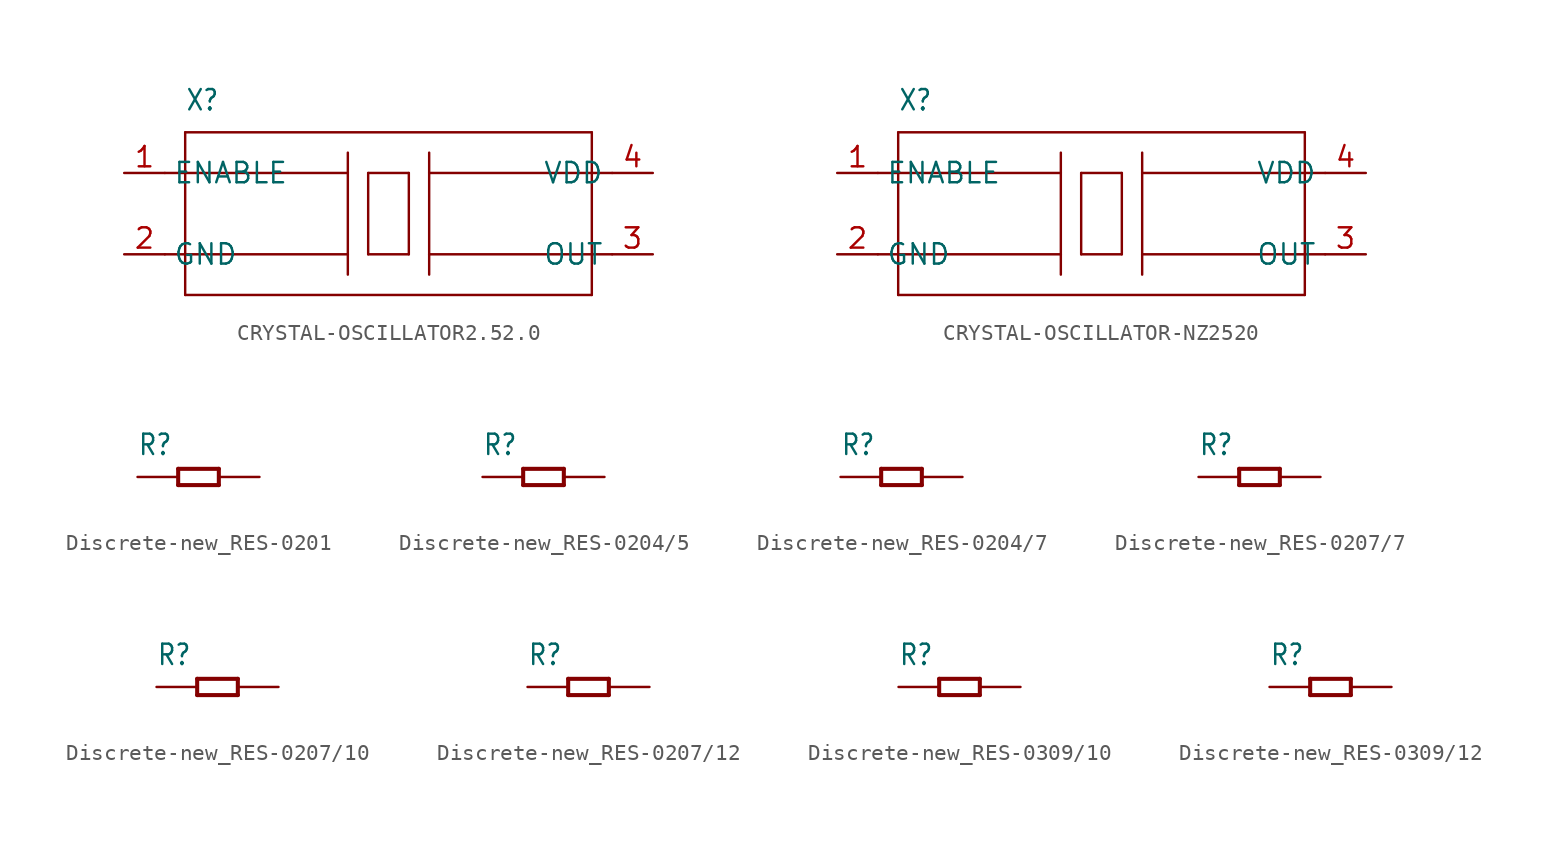
<source format=kicad_sym>
(kicad_symbol_lib
  (version 20231120)
  (generator "kicad_symbol_editor")
  (generator_version "8.0")
  (symbol "CRYSTAL-OSCILLATOR2.52.0"
    (property "Reference" "X"
      (at -12.7 6.35 0)
      (effects (font (size 1.27 1.079)) (justify left bottom)))
    (property "Value" ""
      (at -3.81 6.35 0)
      (effects (font (size 1.27 1.079)) (justify left bottom)))
    (property "ki_locked" ""
      (at 0 0 0)
      (effects (font (size 1.27 1.27))))
    (symbol "CRYSTAL-OSCILLATOR2.52.0_1_0"
      (polyline (pts (xy -13.97 -2.54) (xy -2.54 -2.54)) (stroke (width 0.152) (type solid)) (fill (type none)))
      (polyline (pts (xy -13.97 2.54) (xy -2.54 2.54)) (stroke (width 0.152) (type solid)) (fill (type none)))
      (polyline (pts (xy -12.7 -5.08) (xy 12.7 -5.08)) (stroke (width 0.152) (type solid)) (fill (type none)))
      (polyline (pts (xy -12.7 5.08) (xy -12.7 -5.08)) (stroke (width 0.152) (type solid)) (fill (type none)))
      (polyline (pts (xy -2.54 -3.81) (xy -2.54 -2.54)) (stroke (width 0.152) (type solid)) (fill (type none)))
      (polyline (pts (xy -2.54 -2.54) (xy -2.54 2.54)) (stroke (width 0.152) (type solid)) (fill (type none)))
      (polyline (pts (xy -2.54 2.54) (xy -2.54 3.81)) (stroke (width 0.152) (type solid)) (fill (type none)))
      (polyline (pts (xy -1.27 -2.54) (xy -1.27 2.54)) (stroke (width 0.152) (type solid)) (fill (type none)))
      (polyline (pts (xy -1.27 2.54) (xy 1.27 2.54)) (stroke (width 0.152) (type solid)) (fill (type none)))
      (polyline (pts (xy 1.27 -2.54) (xy -1.27 -2.54)) (stroke (width 0.152) (type solid)) (fill (type none)))
      (polyline (pts (xy 1.27 2.54) (xy 1.27 -2.54)) (stroke (width 0.152) (type solid)) (fill (type none)))
      (polyline (pts (xy 2.54 -2.54) (xy 2.54 -3.81)) (stroke (width 0.152) (type solid)) (fill (type none)))
      (polyline (pts (xy 2.54 2.54) (xy 2.54 -2.54)) (stroke (width 0.152) (type solid)) (fill (type none)))
      (polyline (pts (xy 2.54 3.81) (xy 2.54 2.54)) (stroke (width 0.152) (type solid)) (fill (type none)))
      (polyline (pts (xy 12.7 -5.08) (xy 12.7 5.08)) (stroke (width 0.152) (type solid)) (fill (type none)))
      (polyline (pts (xy 12.7 5.08) (xy -12.7 5.08)) (stroke (width 0.152) (type solid)) (fill (type none)))
      (polyline (pts (xy 13.97 -2.54) (xy 2.54 -2.54)) (stroke (width 0.152) (type solid)) (fill (type none)))
      (polyline (pts (xy 13.97 2.54) (xy 2.54 2.54)) (stroke (width 0.152) (type solid)) (fill (type none)))
      (pin bidirectional line (at -16.51 2.54 0) (length 2.54) (name "ENABLE" (effects (font (size 1.27 1.27)))) (number "1" (effects (font (size 1.27 1.27)))))
      (pin bidirectional line (at -16.51 -2.54 0) (length 2.54) (name "GND" (effects (font (size 1.27 1.27)))) (number "2" (effects (font (size 1.27 1.27)))))
      (pin bidirectional line (at 16.51 -2.54 180) (length 2.54) (name "OUT" (effects (font (size 1.27 1.27)))) (number "3" (effects (font (size 1.27 1.27)))))
      (pin bidirectional line (at 16.51 2.54 180) (length 2.54) (name "VDD" (effects (font (size 1.27 1.27)))) (number "4" (effects (font (size 1.27 1.27)))))))
  (symbol "CRYSTAL-OSCILLATOR-NZ2520"
    (property "Reference" "X"
      (at -12.7 6.35 0)
      (effects (font (size 1.27 1.079)) (justify left bottom)))
    (property "Value" ""
      (at -3.81 6.35 0)
      (effects (font (size 1.27 1.079)) (justify left bottom)))
    (property "ki_locked" ""
      (at 0 0 0)
      (effects (font (size 1.27 1.27))))
    (symbol "CRYSTAL-OSCILLATOR-NZ2520_1_0"
      (polyline (pts (xy -13.97 -2.54) (xy -2.54 -2.54)) (stroke (width 0.152) (type solid)) (fill (type none)))
      (polyline (pts (xy -13.97 2.54) (xy -2.54 2.54)) (stroke (width 0.152) (type solid)) (fill (type none)))
      (polyline (pts (xy -12.7 -5.08) (xy 12.7 -5.08)) (stroke (width 0.152) (type solid)) (fill (type none)))
      (polyline (pts (xy -12.7 5.08) (xy -12.7 -5.08)) (stroke (width 0.152) (type solid)) (fill (type none)))
      (polyline (pts (xy -2.54 -3.81) (xy -2.54 -2.54)) (stroke (width 0.152) (type solid)) (fill (type none)))
      (polyline (pts (xy -2.54 -2.54) (xy -2.54 2.54)) (stroke (width 0.152) (type solid)) (fill (type none)))
      (polyline (pts (xy -2.54 2.54) (xy -2.54 3.81)) (stroke (width 0.152) (type solid)) (fill (type none)))
      (polyline (pts (xy -1.27 -2.54) (xy -1.27 2.54)) (stroke (width 0.152) (type solid)) (fill (type none)))
      (polyline (pts (xy -1.27 2.54) (xy 1.27 2.54)) (stroke (width 0.152) (type solid)) (fill (type none)))
      (polyline (pts (xy 1.27 -2.54) (xy -1.27 -2.54)) (stroke (width 0.152) (type solid)) (fill (type none)))
      (polyline (pts (xy 1.27 2.54) (xy 1.27 -2.54)) (stroke (width 0.152) (type solid)) (fill (type none)))
      (polyline (pts (xy 2.54 -2.54) (xy 2.54 -3.81)) (stroke (width 0.152) (type solid)) (fill (type none)))
      (polyline (pts (xy 2.54 2.54) (xy 2.54 -2.54)) (stroke (width 0.152) (type solid)) (fill (type none)))
      (polyline (pts (xy 2.54 3.81) (xy 2.54 2.54)) (stroke (width 0.152) (type solid)) (fill (type none)))
      (polyline (pts (xy 12.7 -5.08) (xy 12.7 5.08)) (stroke (width 0.152) (type solid)) (fill (type none)))
      (polyline (pts (xy 12.7 5.08) (xy -12.7 5.08)) (stroke (width 0.152) (type solid)) (fill (type none)))
      (polyline (pts (xy 13.97 -2.54) (xy 2.54 -2.54)) (stroke (width 0.152) (type solid)) (fill (type none)))
      (polyline (pts (xy 13.97 2.54) (xy 2.54 2.54)) (stroke (width 0.152) (type solid)) (fill (type none)))
      (pin bidirectional line (at -16.51 2.54 0) (length 2.54) (name "ENABLE" (effects (font (size 1.27 1.27)))) (number "1" (effects (font (size 1.27 1.27)))))
      (pin bidirectional line (at -16.51 -2.54 0) (length 2.54) (name "GND" (effects (font (size 1.27 1.27)))) (number "2" (effects (font (size 1.27 1.27)))))
      (pin bidirectional line (at 16.51 -2.54 180) (length 2.54) (name "OUT" (effects (font (size 1.27 1.27)))) (number "3" (effects (font (size 1.27 1.27)))))
      (pin bidirectional line (at 16.51 2.54 180) (length 2.54) (name "VDD" (effects (font (size 1.27 1.27)))) (number "4" (effects (font (size 1.27 1.27)))))))
  (symbol "Discrete-new_RES-0201"
    (property "Reference" "R"
      (at -3.81 1.27 0)
      (effects (font (size 1.27 1.079)) (justify left bottom)))
    (property "Value" ""
      (at -3.81 -2.54 0)
      (effects (font (size 1.27 1.079)) (justify left bottom)))
    (property "ki_locked" ""
      (at 0 0 0)
      (effects (font (size 1.27 1.27))))
    (symbol "Discrete-new_RES-0201_1_0"
      (polyline (pts (xy -1.27 -0.508) (xy -1.27 0.508)) (stroke (width 0.254) (type solid)) (fill (type none)))
      (polyline (pts (xy -1.27 0.508) (xy 1.27 0.508)) (stroke (width 0.254) (type solid)) (fill (type none)))
      (polyline (pts (xy 1.27 -0.508) (xy -1.27 -0.508)) (stroke (width 0.254) (type solid)) (fill (type none)))
      (polyline (pts (xy 1.27 0.508) (xy 1.27 -0.508)) (stroke (width 0.254) (type solid)) (fill (type none)))
      (pin passive line (at -3.81 0 0) (length 2.54) (name "1" (effects (font (size 0 0)))) (number "1" (effects (font (size 0 0)))))
      (pin passive line (at 3.81 0 180) (length 2.54) (name "2" (effects (font (size 0 0)))) (number "2" (effects (font (size 0 0)))))))
  (symbol "Discrete-new_RES-0204/5"
    (property "Reference" "R"
      (at -3.81 1.27 0)
      (effects (font (size 1.27 1.079)) (justify left bottom)))
    (property "Value" ""
      (at -3.81 -2.54 0)
      (effects (font (size 1.27 1.079)) (justify left bottom)))
    (property "ki_locked" ""
      (at 0 0 0)
      (effects (font (size 1.27 1.27))))
    (symbol "Discrete-new_RES-0204/5_1_0"
      (polyline (pts (xy -1.27 -0.508) (xy -1.27 0.508)) (stroke (width 0.254) (type solid)) (fill (type none)))
      (polyline (pts (xy -1.27 0.508) (xy 1.27 0.508)) (stroke (width 0.254) (type solid)) (fill (type none)))
      (polyline (pts (xy 1.27 -0.508) (xy -1.27 -0.508)) (stroke (width 0.254) (type solid)) (fill (type none)))
      (polyline (pts (xy 1.27 0.508) (xy 1.27 -0.508)) (stroke (width 0.254) (type solid)) (fill (type none)))
      (pin passive line (at -3.81 0 0) (length 2.54) (name "1" (effects (font (size 0 0)))) (number "1" (effects (font (size 0 0)))))
      (pin passive line (at 3.81 0 180) (length 2.54) (name "2" (effects (font (size 0 0)))) (number "2" (effects (font (size 0 0)))))))
  (symbol "Discrete-new_RES-0204/7"
    (property "Reference" "R"
      (at -3.81 1.27 0)
      (effects (font (size 1.27 1.079)) (justify left bottom)))
    (property "Value" ""
      (at -3.81 -2.54 0)
      (effects (font (size 1.27 1.079)) (justify left bottom)))
    (property "ki_locked" ""
      (at 0 0 0)
      (effects (font (size 1.27 1.27))))
    (symbol "Discrete-new_RES-0204/7_1_0"
      (polyline (pts (xy -1.27 -0.508) (xy -1.27 0.508)) (stroke (width 0.254) (type solid)) (fill (type none)))
      (polyline (pts (xy -1.27 0.508) (xy 1.27 0.508)) (stroke (width 0.254) (type solid)) (fill (type none)))
      (polyline (pts (xy 1.27 -0.508) (xy -1.27 -0.508)) (stroke (width 0.254) (type solid)) (fill (type none)))
      (polyline (pts (xy 1.27 0.508) (xy 1.27 -0.508)) (stroke (width 0.254) (type solid)) (fill (type none)))
      (pin passive line (at -3.81 0 0) (length 2.54) (name "1" (effects (font (size 0 0)))) (number "1" (effects (font (size 0 0)))))
      (pin passive line (at 3.81 0 180) (length 2.54) (name "2" (effects (font (size 0 0)))) (number "2" (effects (font (size 0 0)))))))
  (symbol "Discrete-new_RES-0207/7"
    (property "Reference" "R"
      (at -3.81 1.27 0)
      (effects (font (size 1.27 1.079)) (justify left bottom)))
    (property "Value" ""
      (at -3.81 -2.54 0)
      (effects (font (size 1.27 1.079)) (justify left bottom)))
    (property "ki_locked" ""
      (at 0 0 0)
      (effects (font (size 1.27 1.27))))
    (symbol "Discrete-new_RES-0207/7_1_0"
      (polyline (pts (xy -1.27 -0.508) (xy -1.27 0.508)) (stroke (width 0.254) (type solid)) (fill (type none)))
      (polyline (pts (xy -1.27 0.508) (xy 1.27 0.508)) (stroke (width 0.254) (type solid)) (fill (type none)))
      (polyline (pts (xy 1.27 -0.508) (xy -1.27 -0.508)) (stroke (width 0.254) (type solid)) (fill (type none)))
      (polyline (pts (xy 1.27 0.508) (xy 1.27 -0.508)) (stroke (width 0.254) (type solid)) (fill (type none)))
      (pin passive line (at -3.81 0 0) (length 2.54) (name "1" (effects (font (size 0 0)))) (number "1" (effects (font (size 0 0)))))
      (pin passive line (at 3.81 0 180) (length 2.54) (name "2" (effects (font (size 0 0)))) (number "2" (effects (font (size 0 0)))))))
  (symbol "Discrete-new_RES-0207/10"
    (property "Reference" "R"
      (at -3.81 1.27 0)
      (effects (font (size 1.27 1.079)) (justify left bottom)))
    (property "Value" ""
      (at -3.81 -2.54 0)
      (effects (font (size 1.27 1.079)) (justify left bottom)))
    (property "ki_locked" ""
      (at 0 0 0)
      (effects (font (size 1.27 1.27))))
    (symbol "Discrete-new_RES-0207/10_1_0"
      (polyline (pts (xy -1.27 -0.508) (xy -1.27 0.508)) (stroke (width 0.254) (type solid)) (fill (type none)))
      (polyline (pts (xy -1.27 0.508) (xy 1.27 0.508)) (stroke (width 0.254) (type solid)) (fill (type none)))
      (polyline (pts (xy 1.27 -0.508) (xy -1.27 -0.508)) (stroke (width 0.254) (type solid)) (fill (type none)))
      (polyline (pts (xy 1.27 0.508) (xy 1.27 -0.508)) (stroke (width 0.254) (type solid)) (fill (type none)))
      (pin passive line (at -3.81 0 0) (length 2.54) (name "1" (effects (font (size 0 0)))) (number "1" (effects (font (size 0 0)))))
      (pin passive line (at 3.81 0 180) (length 2.54) (name "2" (effects (font (size 0 0)))) (number "2" (effects (font (size 0 0)))))))
  (symbol "Discrete-new_RES-0207/12"
    (property "Reference" "R"
      (at -3.81 1.27 0)
      (effects (font (size 1.27 1.079)) (justify left bottom)))
    (property "Value" ""
      (at -3.81 -2.54 0)
      (effects (font (size 1.27 1.079)) (justify left bottom)))
    (property "ki_locked" ""
      (at 0 0 0)
      (effects (font (size 1.27 1.27))))
    (symbol "Discrete-new_RES-0207/12_1_0"
      (polyline (pts (xy -1.27 -0.508) (xy -1.27 0.508)) (stroke (width 0.254) (type solid)) (fill (type none)))
      (polyline (pts (xy -1.27 0.508) (xy 1.27 0.508)) (stroke (width 0.254) (type solid)) (fill (type none)))
      (polyline (pts (xy 1.27 -0.508) (xy -1.27 -0.508)) (stroke (width 0.254) (type solid)) (fill (type none)))
      (polyline (pts (xy 1.27 0.508) (xy 1.27 -0.508)) (stroke (width 0.254) (type solid)) (fill (type none)))
      (pin passive line (at -3.81 0 0) (length 2.54) (name "1" (effects (font (size 0 0)))) (number "1" (effects (font (size 0 0)))))
      (pin passive line (at 3.81 0 180) (length 2.54) (name "2" (effects (font (size 0 0)))) (number "2" (effects (font (size 0 0)))))))
  (symbol "Discrete-new_RES-0309/10"
    (property "Reference" "R"
      (at -3.81 1.27 0)
      (effects (font (size 1.27 1.079)) (justify left bottom)))
    (property "Value" ""
      (at -3.81 -2.54 0)
      (effects (font (size 1.27 1.079)) (justify left bottom)))
    (property "ki_locked" ""
      (at 0 0 0)
      (effects (font (size 1.27 1.27))))
    (symbol "Discrete-new_RES-0309/10_1_0"
      (polyline (pts (xy -1.27 -0.508) (xy -1.27 0.508)) (stroke (width 0.254) (type solid)) (fill (type none)))
      (polyline (pts (xy -1.27 0.508) (xy 1.27 0.508)) (stroke (width 0.254) (type solid)) (fill (type none)))
      (polyline (pts (xy 1.27 -0.508) (xy -1.27 -0.508)) (stroke (width 0.254) (type solid)) (fill (type none)))
      (polyline (pts (xy 1.27 0.508) (xy 1.27 -0.508)) (stroke (width 0.254) (type solid)) (fill (type none)))
      (pin passive line (at -3.81 0 0) (length 2.54) (name "1" (effects (font (size 0 0)))) (number "1" (effects (font (size 0 0)))))
      (pin passive line (at 3.81 0 180) (length 2.54) (name "2" (effects (font (size 0 0)))) (number "2" (effects (font (size 0 0)))))))
  (symbol "Discrete-new_RES-0309/12"
    (property "Reference" "R"
      (at -3.81 1.27 0)
      (effects (font (size 1.27 1.079)) (justify left bottom)))
    (property "Value" ""
      (at -3.81 -2.54 0)
      (effects (font (size 1.27 1.079)) (justify left bottom)))
    (property "ki_locked" ""
      (at 0 0 0)
      (effects (font (size 1.27 1.27))))
    (symbol "Discrete-new_RES-0309/12_1_0"
      (polyline (pts (xy -1.27 -0.508) (xy -1.27 0.508)) (stroke (width 0.254) (type solid)) (fill (type none)))
      (polyline (pts (xy -1.27 0.508) (xy 1.27 0.508)) (stroke (width 0.254) (type solid)) (fill (type none)))
      (polyline (pts (xy 1.27 -0.508) (xy -1.27 -0.508)) (stroke (width 0.254) (type solid)) (fill (type none)))
      (polyline (pts (xy 1.27 0.508) (xy 1.27 -0.508)) (stroke (width 0.254) (type solid)) (fill (type none)))
      (pin passive line (at -3.81 0 0) (length 2.54) (name "1" (effects (font (size 0 0)))) (number "1" (effects (font (size 0 0)))))
      (pin passive line (at 3.81 0 180) (length 2.54) (name "2" (effects (font (size 0 0)))) (number "2" (effects (font (size 0 0))))))))
</source>
